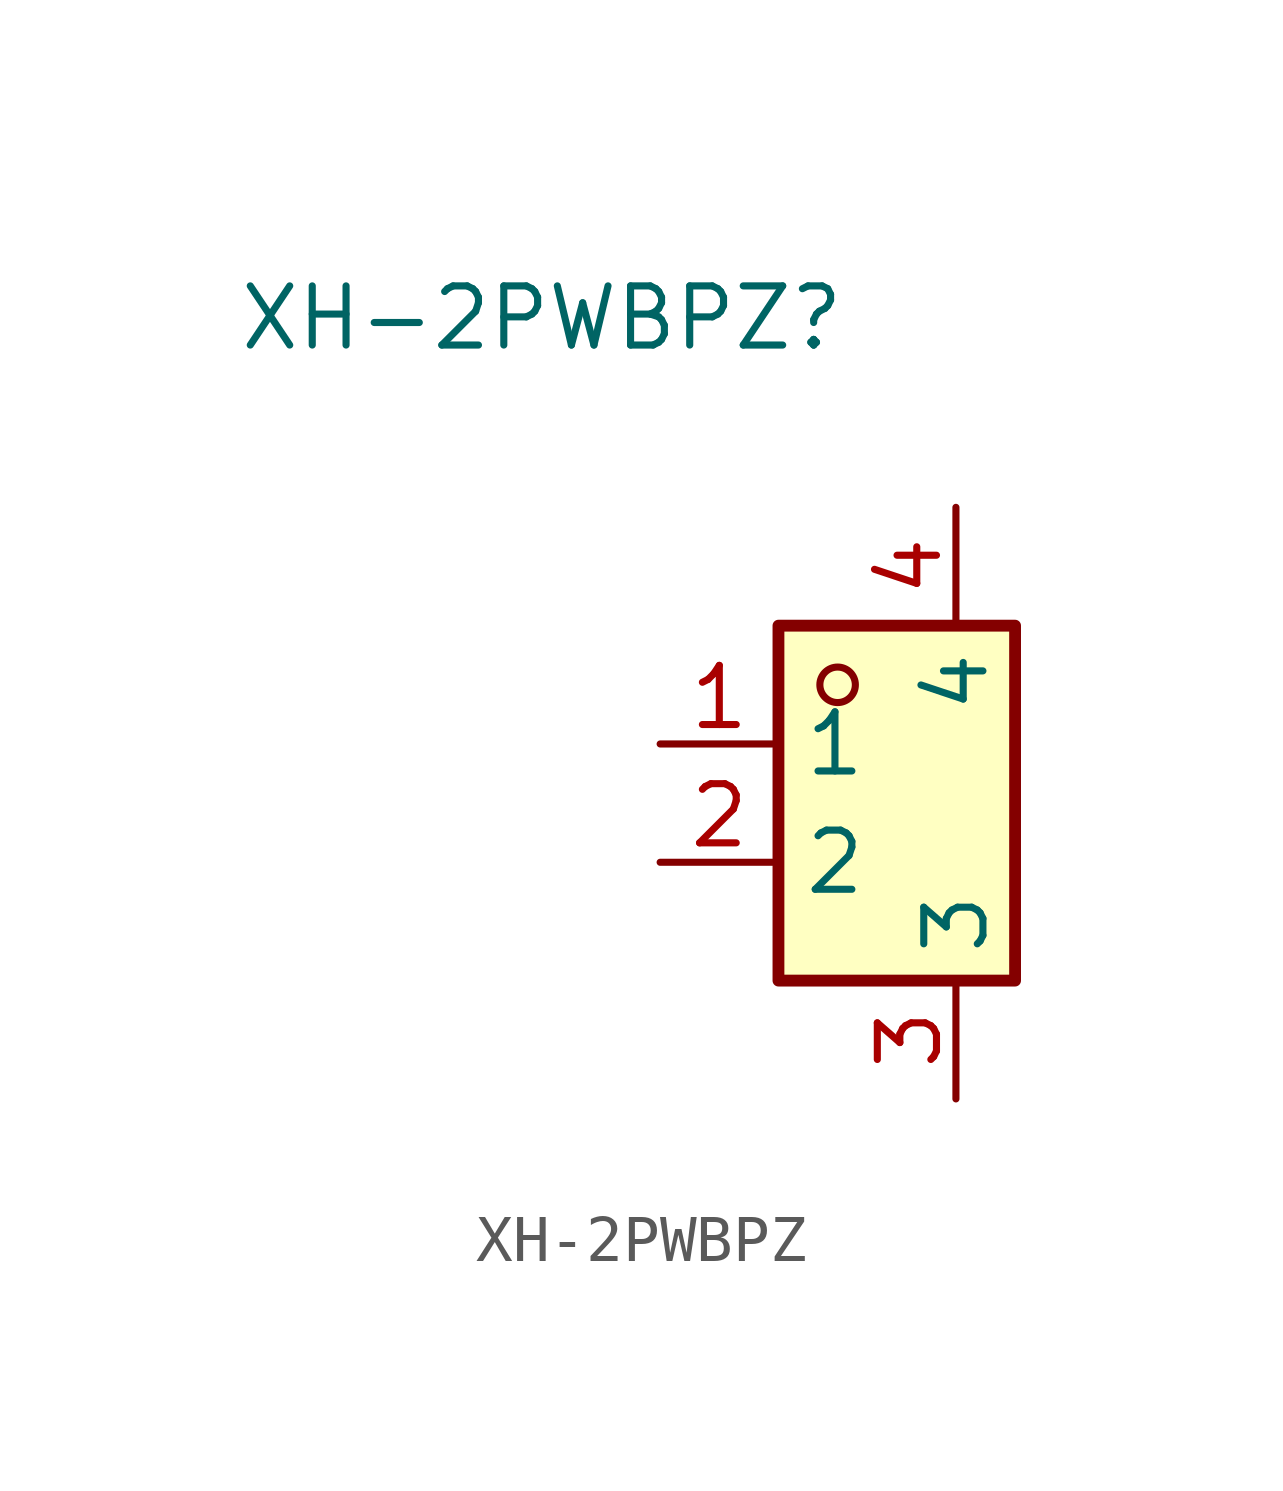
<source format=kicad_sym>
(kicad_symbol_lib
  (version 20231120)
  (generator "kicad_symbol_editor")
  (generator_version "8.0")
  (symbol "XH-2PWBPZ"
    (property "Reference" "XH-2PWBPZ"
      (at 0 1.524 0)
      (effects (font (size 1.27 1.27))))
    (property "Value" ""
      (at 3.81 -2.54 0)
      (effects (font (size 1.27 1.27))))
    (symbol "XH-2PWBPZ_0_1"
      (circle (center 6.35 -6.35) (radius 0.381) (stroke (width 0) (type default)) (fill (type none))))
    (symbol "XH-2PWBPZ_1_1"
      (polyline (pts (xy 5.08 -5.08) (xy 5.08 -12.7) (xy 10.16 -12.7) (xy 10.16 -5.08) (xy 5.08 -5.08)) (stroke (width 0.254) (type solid) (color 132 0 0 1)) (fill (type background)))
      (pin input line (at 2.54 -7.62 0) (length 2.54) (name "1" (effects (font (size 1.27 1.27)))) (number "1" (effects (font (size 1.27 1.27)))))
      (pin input line (at 2.54 -10.16 0) (length 2.54) (name "2" (effects (font (size 1.27 1.27)))) (number "2" (effects (font (size 1.27 1.27)))))
      (pin input line (at 8.89 -15.24 90) (length 2.54) (name "3" (effects (font (size 1.27 1.27)))) (number "3" (effects (font (size 1.27 1.27)))))
      (pin input line (at 8.89 -2.54 270) (length 2.54) (name "4" (effects (font (size 1.27 1.27)))) (number "4" (effects (font (size 1.27 1.27))))))))
</source>
